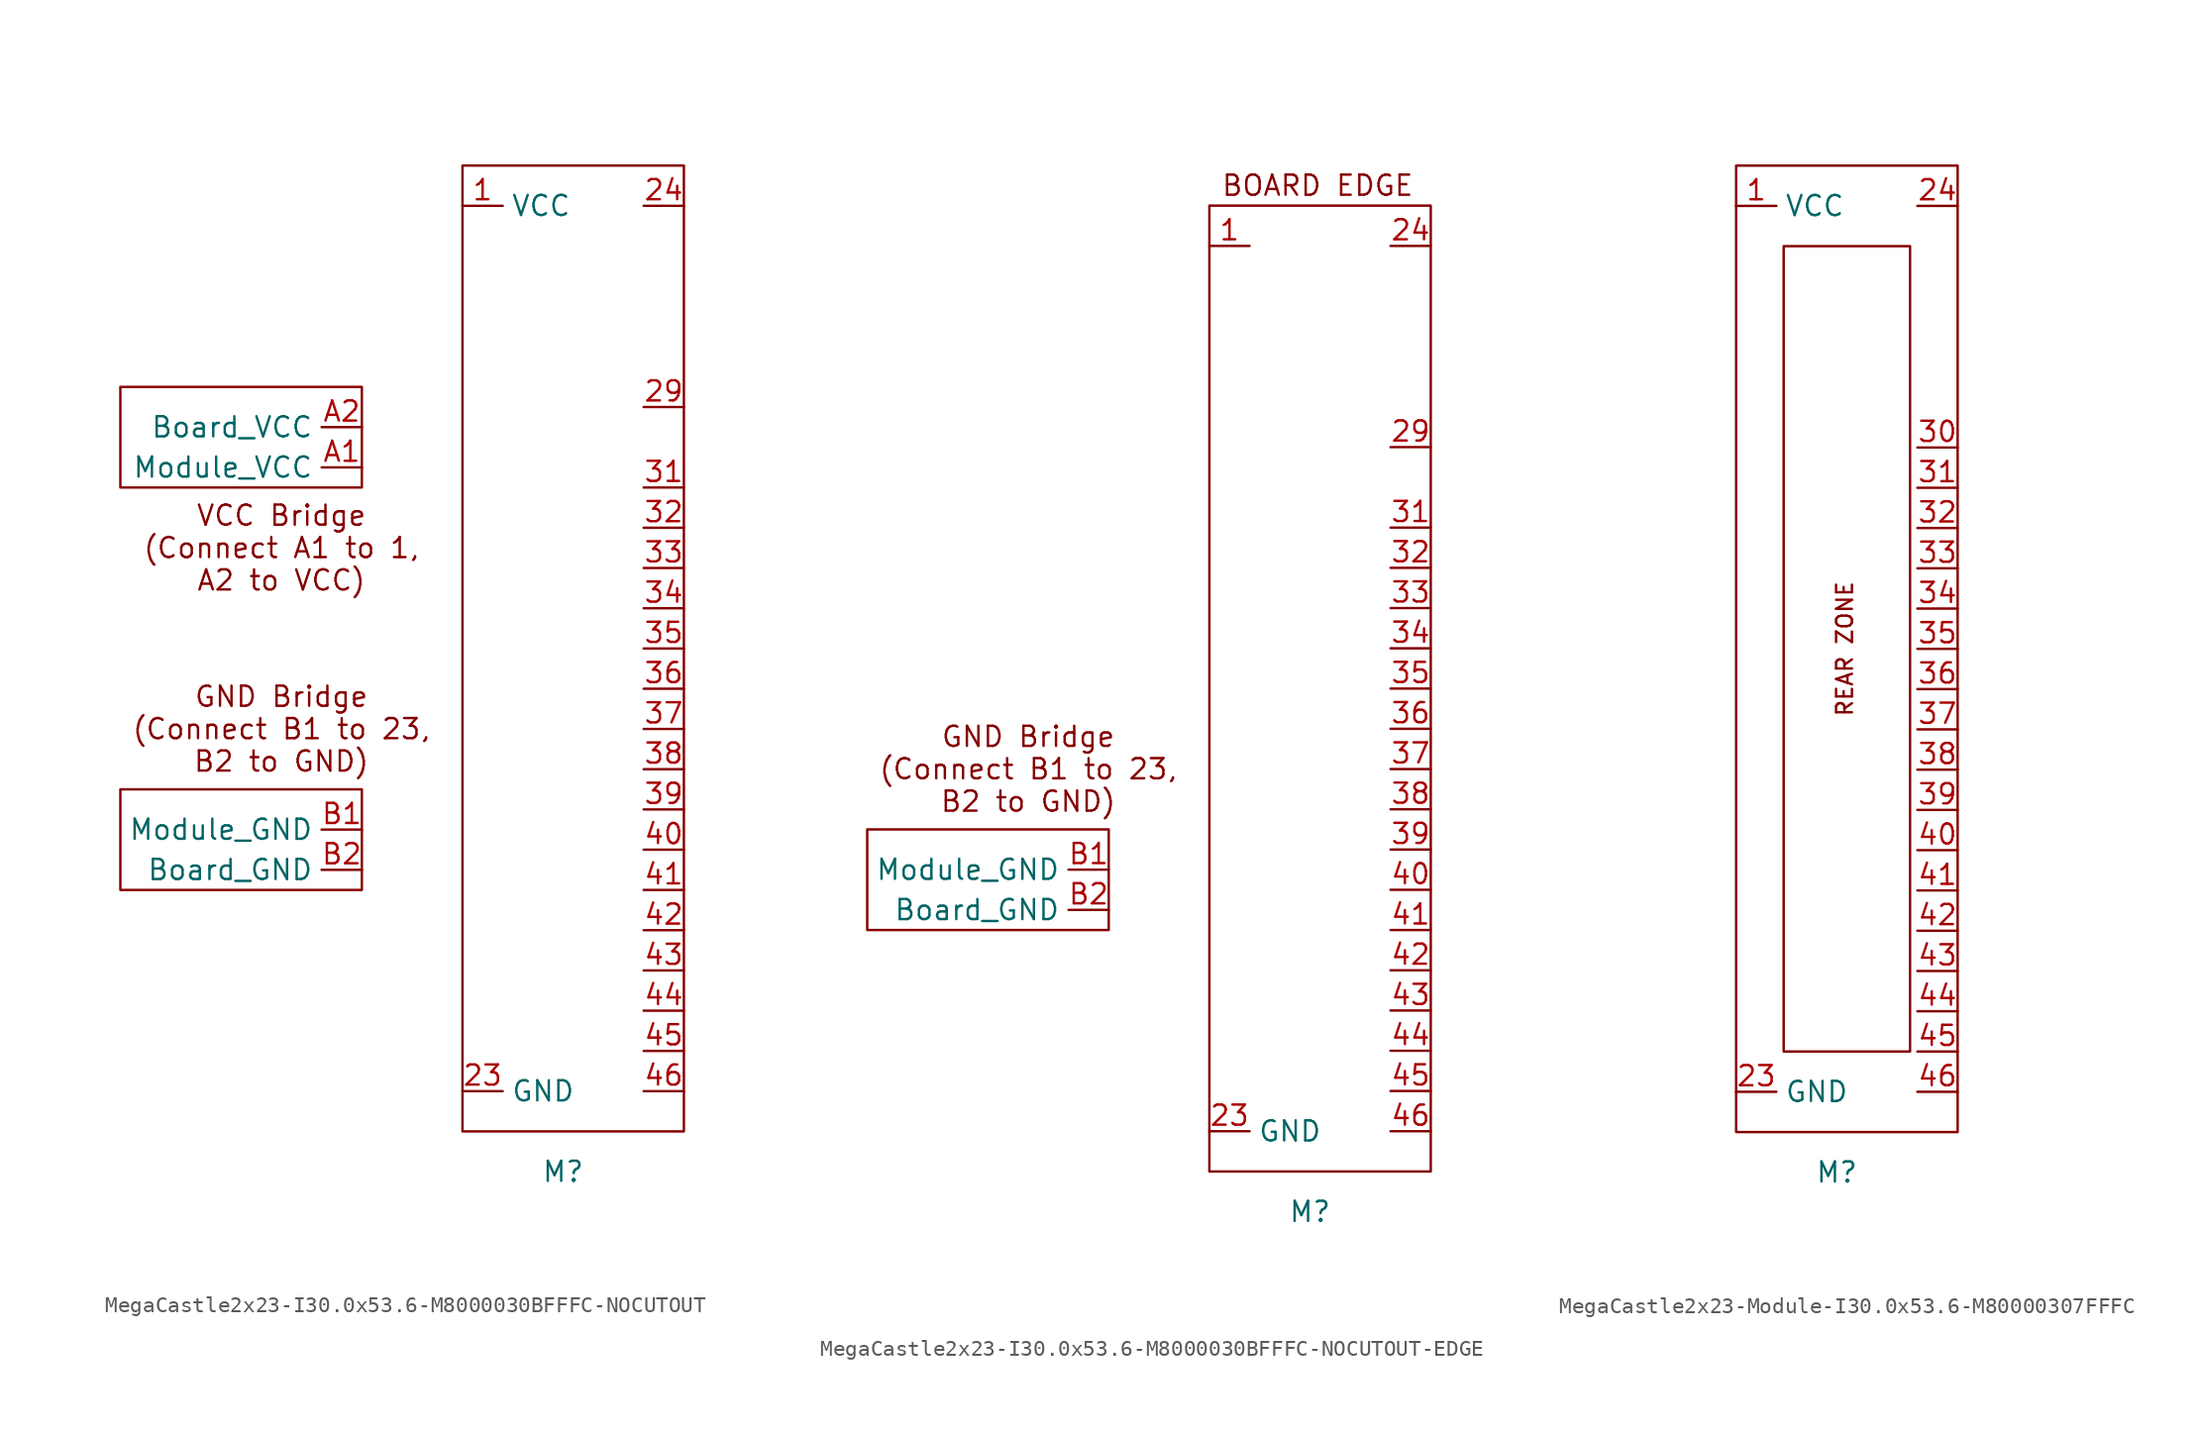
<source format=kicad_sym>
(kicad_symbol_lib
  (version 20231120)
  (generator "kicad_symbol_editor")
  (generator_version "8.0")
  (symbol "MegaCastle2x23-I30.0x53.6-M8000030BFFFC-NOCUTOUT"
    (property "Reference" "M"
      (at 0 -33.02 0)
      (effects (font (size 1.27 1.27))))
    (property "Value" ""
      (at 0 5.08 0)
      (effects (font (size 1.27 1.27))))
    (symbol "MegaCastle2x23-I30.0x53.6-M8000030BFFFC-NOCUTOUT_0_1"
      (rectangle (start -27.94 -8.89) (end -12.7 -15.24) (stroke (width 0) (type default)) (fill (type none)))
      (rectangle (start -27.94 16.51) (end -12.7 10.16) (stroke (width 0) (type default)) (fill (type none)))
      (rectangle (start -6.35 30.48) (end 7.62 -30.48) (stroke (width 0) (type default)) (fill (type none))))
    (symbol "MegaCastle2x23-I30.0x53.6-M8000030BFFFC-NOCUTOUT_1_1"
      (text "GND Bridge\n(Connect B1 to 23,\nB2 to GND)" (at -17.78 -5.08 0) (effects (font (size 1.27 1.27))))
      (text "VCC Bridge\n(Connect A1 to 1,\nA2 to VCC)" (at -17.78 6.35 0) (effects (font (size 1.27 1.27))))
      (pin bidirectional line (at -6.35 27.94 0) (length 2.54) (name "VCC" (effects (font (size 1.27 1.27)))) (number "1" (effects (font (size 1.27 1.27)))))
      (pin bidirectional line (at -6.35 -27.94 0) (length 2.54) (name "GND" (effects (font (size 1.27 1.27)))) (number "23" (effects (font (size 1.27 1.27)))))
      (pin bidirectional line (at 7.62 27.94 180) (length 2.54) (name "" (effects (font (size 1.27 1.27)))) (number "24" (effects (font (size 1.27 1.27)))))
      (pin bidirectional line (at 7.62 15.24 180) (length 2.54) (name "" (effects (font (size 1.27 1.27)))) (number "29" (effects (font (size 1.27 1.27)))))
      (pin bidirectional line (at 7.62 10.16 180) (length 2.54) (name "" (effects (font (size 1.27 1.27)))) (number "31" (effects (font (size 1.27 1.27)))))
      (pin bidirectional line (at 7.62 7.62 180) (length 2.54) (name "" (effects (font (size 1.27 1.27)))) (number "32" (effects (font (size 1.27 1.27)))))
      (pin bidirectional line (at 7.62 5.08 180) (length 2.54) (name "" (effects (font (size 1.27 1.27)))) (number "33" (effects (font (size 1.27 1.27)))))
      (pin bidirectional line (at 7.62 2.54 180) (length 2.54) (name "" (effects (font (size 1.27 1.27)))) (number "34" (effects (font (size 1.27 1.27)))))
      (pin bidirectional line (at 7.62 0 180) (length 2.54) (name "" (effects (font (size 1.27 1.27)))) (number "35" (effects (font (size 1.27 1.27)))))
      (pin bidirectional line (at 7.62 -2.54 180) (length 2.54) (name "" (effects (font (size 1.27 1.27)))) (number "36" (effects (font (size 1.27 1.27)))))
      (pin bidirectional line (at 7.62 -5.08 180) (length 2.54) (name "" (effects (font (size 1.27 1.27)))) (number "37" (effects (font (size 1.27 1.27)))))
      (pin bidirectional line (at 7.62 -7.62 180) (length 2.54) (name "" (effects (font (size 1.27 1.27)))) (number "38" (effects (font (size 1.27 1.27)))))
      (pin bidirectional line (at 7.62 -10.16 180) (length 2.54) (name "" (effects (font (size 1.27 1.27)))) (number "39" (effects (font (size 1.27 1.27)))))
      (pin bidirectional line (at 7.62 -12.7 180) (length 2.54) (name "" (effects (font (size 1.27 1.27)))) (number "40" (effects (font (size 1.27 1.27)))))
      (pin bidirectional line (at 7.62 -15.24 180) (length 2.54) (name "" (effects (font (size 1.27 1.27)))) (number "41" (effects (font (size 1.27 1.27)))))
      (pin bidirectional line (at 7.62 -17.78 180) (length 2.54) (name "" (effects (font (size 1.27 1.27)))) (number "42" (effects (font (size 1.27 1.27)))))
      (pin bidirectional line (at 7.62 -20.32 180) (length 2.54) (name "" (effects (font (size 1.27 1.27)))) (number "43" (effects (font (size 1.27 1.27)))))
      (pin bidirectional line (at 7.62 -22.86 180) (length 2.54) (name "" (effects (font (size 1.27 1.27)))) (number "44" (effects (font (size 1.27 1.27)))))
      (pin bidirectional line (at 7.62 -25.4 180) (length 2.54) (name "" (effects (font (size 1.27 1.27)))) (number "45" (effects (font (size 1.27 1.27)))))
      (pin bidirectional line (at 7.62 -27.94 180) (length 2.54) (name "" (effects (font (size 1.27 1.27)))) (number "46" (effects (font (size 1.27 1.27)))))
      (pin bidirectional line (at -12.7 11.43 180) (length 2.54) (name "Module_VCC" (effects (font (size 1.27 1.27)))) (number "A1" (effects (font (size 1.27 1.27)))))
      (pin bidirectional line (at -12.7 13.97 180) (length 2.54) (name "Board_VCC" (effects (font (size 1.27 1.27)))) (number "A2" (effects (font (size 1.27 1.27)))))
      (pin bidirectional line (at -12.7 -11.43 180) (length 2.54) (name "Module_GND" (effects (font (size 1.27 1.27)))) (number "B1" (effects (font (size 1.27 1.27)))))
      (pin bidirectional line (at -12.7 -13.97 180) (length 2.54) (name "Board_GND" (effects (font (size 1.27 1.27)))) (number "B2" (effects (font (size 1.27 1.27)))))))
  (symbol "MegaCastle2x23-I30.0x53.6-M8000030BFFFC-NOCUTOUT-EDGE"
    (property "Reference" "M"
      (at 0 -33.02 0)
      (effects (font (size 1.27 1.27))))
    (property "Value" ""
      (at 0 5.08 0)
      (effects (font (size 1.27 1.27))))
    (symbol "MegaCastle2x23-I30.0x53.6-M8000030BFFFC-NOCUTOUT-EDGE_0_1"
      (rectangle (start -27.94 -8.89) (end -12.7 -15.24) (stroke (width 0) (type default)) (fill (type none)))
      (rectangle (start -6.35 30.48) (end 7.62 -30.48) (stroke (width 0) (type default)) (fill (type none))))
    (symbol "MegaCastle2x23-I30.0x53.6-M8000030BFFFC-NOCUTOUT-EDGE_1_1"
      (text " BOARD EDGE" (at 0 31.75 0) (effects (font (size 1.27 1.27))))
      (text "GND Bridge\n(Connect B1 to 23,\nB2 to GND)" (at -17.78 -5.08 0) (effects (font (size 1.27 1.27))))
      (pin bidirectional line (at -6.35 27.94 0) (length 2.54) (name "" (effects (font (size 1.27 1.27)))) (number "1" (effects (font (size 1.27 1.27)))))
      (pin bidirectional line (at -6.35 -27.94 0) (length 2.54) (name "GND" (effects (font (size 1.27 1.27)))) (number "23" (effects (font (size 1.27 1.27)))))
      (pin bidirectional line (at 7.62 27.94 180) (length 2.54) (name "" (effects (font (size 1.27 1.27)))) (number "24" (effects (font (size 1.27 1.27)))))
      (pin bidirectional line (at 7.62 15.24 180) (length 2.54) (name "" (effects (font (size 1.27 1.27)))) (number "29" (effects (font (size 1.27 1.27)))))
      (pin bidirectional line (at 7.62 10.16 180) (length 2.54) (name "" (effects (font (size 1.27 1.27)))) (number "31" (effects (font (size 1.27 1.27)))))
      (pin bidirectional line (at 7.62 7.62 180) (length 2.54) (name "" (effects (font (size 1.27 1.27)))) (number "32" (effects (font (size 1.27 1.27)))))
      (pin bidirectional line (at 7.62 5.08 180) (length 2.54) (name "" (effects (font (size 1.27 1.27)))) (number "33" (effects (font (size 1.27 1.27)))))
      (pin bidirectional line (at 7.62 2.54 180) (length 2.54) (name "" (effects (font (size 1.27 1.27)))) (number "34" (effects (font (size 1.27 1.27)))))
      (pin bidirectional line (at 7.62 0 180) (length 2.54) (name "" (effects (font (size 1.27 1.27)))) (number "35" (effects (font (size 1.27 1.27)))))
      (pin bidirectional line (at 7.62 -2.54 180) (length 2.54) (name "" (effects (font (size 1.27 1.27)))) (number "36" (effects (font (size 1.27 1.27)))))
      (pin bidirectional line (at 7.62 -5.08 180) (length 2.54) (name "" (effects (font (size 1.27 1.27)))) (number "37" (effects (font (size 1.27 1.27)))))
      (pin bidirectional line (at 7.62 -7.62 180) (length 2.54) (name "" (effects (font (size 1.27 1.27)))) (number "38" (effects (font (size 1.27 1.27)))))
      (pin bidirectional line (at 7.62 -10.16 180) (length 2.54) (name "" (effects (font (size 1.27 1.27)))) (number "39" (effects (font (size 1.27 1.27)))))
      (pin bidirectional line (at 7.62 -12.7 180) (length 2.54) (name "" (effects (font (size 1.27 1.27)))) (number "40" (effects (font (size 1.27 1.27)))))
      (pin bidirectional line (at 7.62 -15.24 180) (length 2.54) (name "" (effects (font (size 1.27 1.27)))) (number "41" (effects (font (size 1.27 1.27)))))
      (pin bidirectional line (at 7.62 -17.78 180) (length 2.54) (name "" (effects (font (size 1.27 1.27)))) (number "42" (effects (font (size 1.27 1.27)))))
      (pin bidirectional line (at 7.62 -20.32 180) (length 2.54) (name "" (effects (font (size 1.27 1.27)))) (number "43" (effects (font (size 1.27 1.27)))))
      (pin bidirectional line (at 7.62 -22.86 180) (length 2.54) (name "" (effects (font (size 1.27 1.27)))) (number "44" (effects (font (size 1.27 1.27)))))
      (pin bidirectional line (at 7.62 -25.4 180) (length 2.54) (name "" (effects (font (size 1.27 1.27)))) (number "45" (effects (font (size 1.27 1.27)))))
      (pin bidirectional line (at 7.62 -27.94 180) (length 2.54) (name "" (effects (font (size 1.27 1.27)))) (number "46" (effects (font (size 1.27 1.27)))))
      (pin bidirectional line (at -12.7 -11.43 180) (length 2.54) (name "Module_GND" (effects (font (size 1.27 1.27)))) (number "B1" (effects (font (size 1.27 1.27)))))
      (pin bidirectional line (at -12.7 -13.97 180) (length 2.54) (name "Board_GND" (effects (font (size 1.27 1.27)))) (number "B2" (effects (font (size 1.27 1.27)))))))
  (symbol "MegaCastle2x23-Module-I30.0x53.6-M80000307FFFC"
    (property "Reference" "M"
      (at 0 -33.02 0)
      (effects (font (size 1.27 1.27))))
    (property "Value" ""
      (at 0 5.08 0)
      (effects (font (size 1.27 1.27))))
    (symbol "MegaCastle2x23-Module-I30.0x53.6-M80000307FFFC_0_1"
      (rectangle (start -6.35 30.48) (end 7.62 -30.48) (stroke (width 0) (type default)) (fill (type none)))
      (rectangle (start -3.35 25.4) (end 4.62 -25.4) (stroke (width 0) (type default)) (fill (type none))))
    (symbol "MegaCastle2x23-Module-I30.0x53.6-M80000307FFFC_1_1"
      (text "REAR ZONE" (at 0.5 0 900) (effects (font (size 1 1))))
      (pin bidirectional line (at -6.35 27.94 0) (length 2.54) (name "VCC" (effects (font (size 1.27 1.27)))) (number "1" (effects (font (size 1.27 1.27)))))
      (pin bidirectional line (at -6.35 -27.94 0) (length 2.54) (name "GND" (effects (font (size 1.27 1.27)))) (number "23" (effects (font (size 1.27 1.27)))))
      (pin bidirectional line (at 7.62 27.94 180) (length 2.54) (name "" (effects (font (size 1.27 1.27)))) (number "24" (effects (font (size 1.27 1.27)))))
      (pin bidirectional line (at 7.62 12.7 180) (length 2.54) (name "" (effects (font (size 1.27 1.27)))) (number "30" (effects (font (size 1.27 1.27)))))
      (pin bidirectional line (at 7.62 10.16 180) (length 2.54) (name "" (effects (font (size 1.27 1.27)))) (number "31" (effects (font (size 1.27 1.27)))))
      (pin bidirectional line (at 7.62 7.62 180) (length 2.54) (name "" (effects (font (size 1.27 1.27)))) (number "32" (effects (font (size 1.27 1.27)))))
      (pin bidirectional line (at 7.62 5.08 180) (length 2.54) (name "" (effects (font (size 1.27 1.27)))) (number "33" (effects (font (size 1.27 1.27)))))
      (pin bidirectional line (at 7.62 2.54 180) (length 2.54) (name "" (effects (font (size 1.27 1.27)))) (number "34" (effects (font (size 1.27 1.27)))))
      (pin bidirectional line (at 7.62 0 180) (length 2.54) (name "" (effects (font (size 1.27 1.27)))) (number "35" (effects (font (size 1.27 1.27)))))
      (pin bidirectional line (at 7.62 -2.54 180) (length 2.54) (name "" (effects (font (size 1.27 1.27)))) (number "36" (effects (font (size 1.27 1.27)))))
      (pin bidirectional line (at 7.62 -5.08 180) (length 2.54) (name "" (effects (font (size 1.27 1.27)))) (number "37" (effects (font (size 1.27 1.27)))))
      (pin bidirectional line (at 7.62 -7.62 180) (length 2.54) (name "" (effects (font (size 1.27 1.27)))) (number "38" (effects (font (size 1.27 1.27)))))
      (pin bidirectional line (at 7.62 -10.16 180) (length 2.54) (name "" (effects (font (size 1.27 1.27)))) (number "39" (effects (font (size 1.27 1.27)))))
      (pin bidirectional line (at 7.62 -12.7 180) (length 2.54) (name "" (effects (font (size 1.27 1.27)))) (number "40" (effects (font (size 1.27 1.27)))))
      (pin bidirectional line (at 7.62 -15.24 180) (length 2.54) (name "" (effects (font (size 1.27 1.27)))) (number "41" (effects (font (size 1.27 1.27)))))
      (pin bidirectional line (at 7.62 -17.78 180) (length 2.54) (name "" (effects (font (size 1.27 1.27)))) (number "42" (effects (font (size 1.27 1.27)))))
      (pin bidirectional line (at 7.62 -20.32 180) (length 2.54) (name "" (effects (font (size 1.27 1.27)))) (number "43" (effects (font (size 1.27 1.27)))))
      (pin bidirectional line (at 7.62 -22.86 180) (length 2.54) (name "" (effects (font (size 1.27 1.27)))) (number "44" (effects (font (size 1.27 1.27)))))
      (pin bidirectional line (at 7.62 -25.4 180) (length 2.54) (name "" (effects (font (size 1.27 1.27)))) (number "45" (effects (font (size 1.27 1.27)))))
      (pin bidirectional line (at 7.62 -27.94 180) (length 2.54) (name "" (effects (font (size 1.27 1.27)))) (number "46" (effects (font (size 1.27 1.27))))))))
</source>
